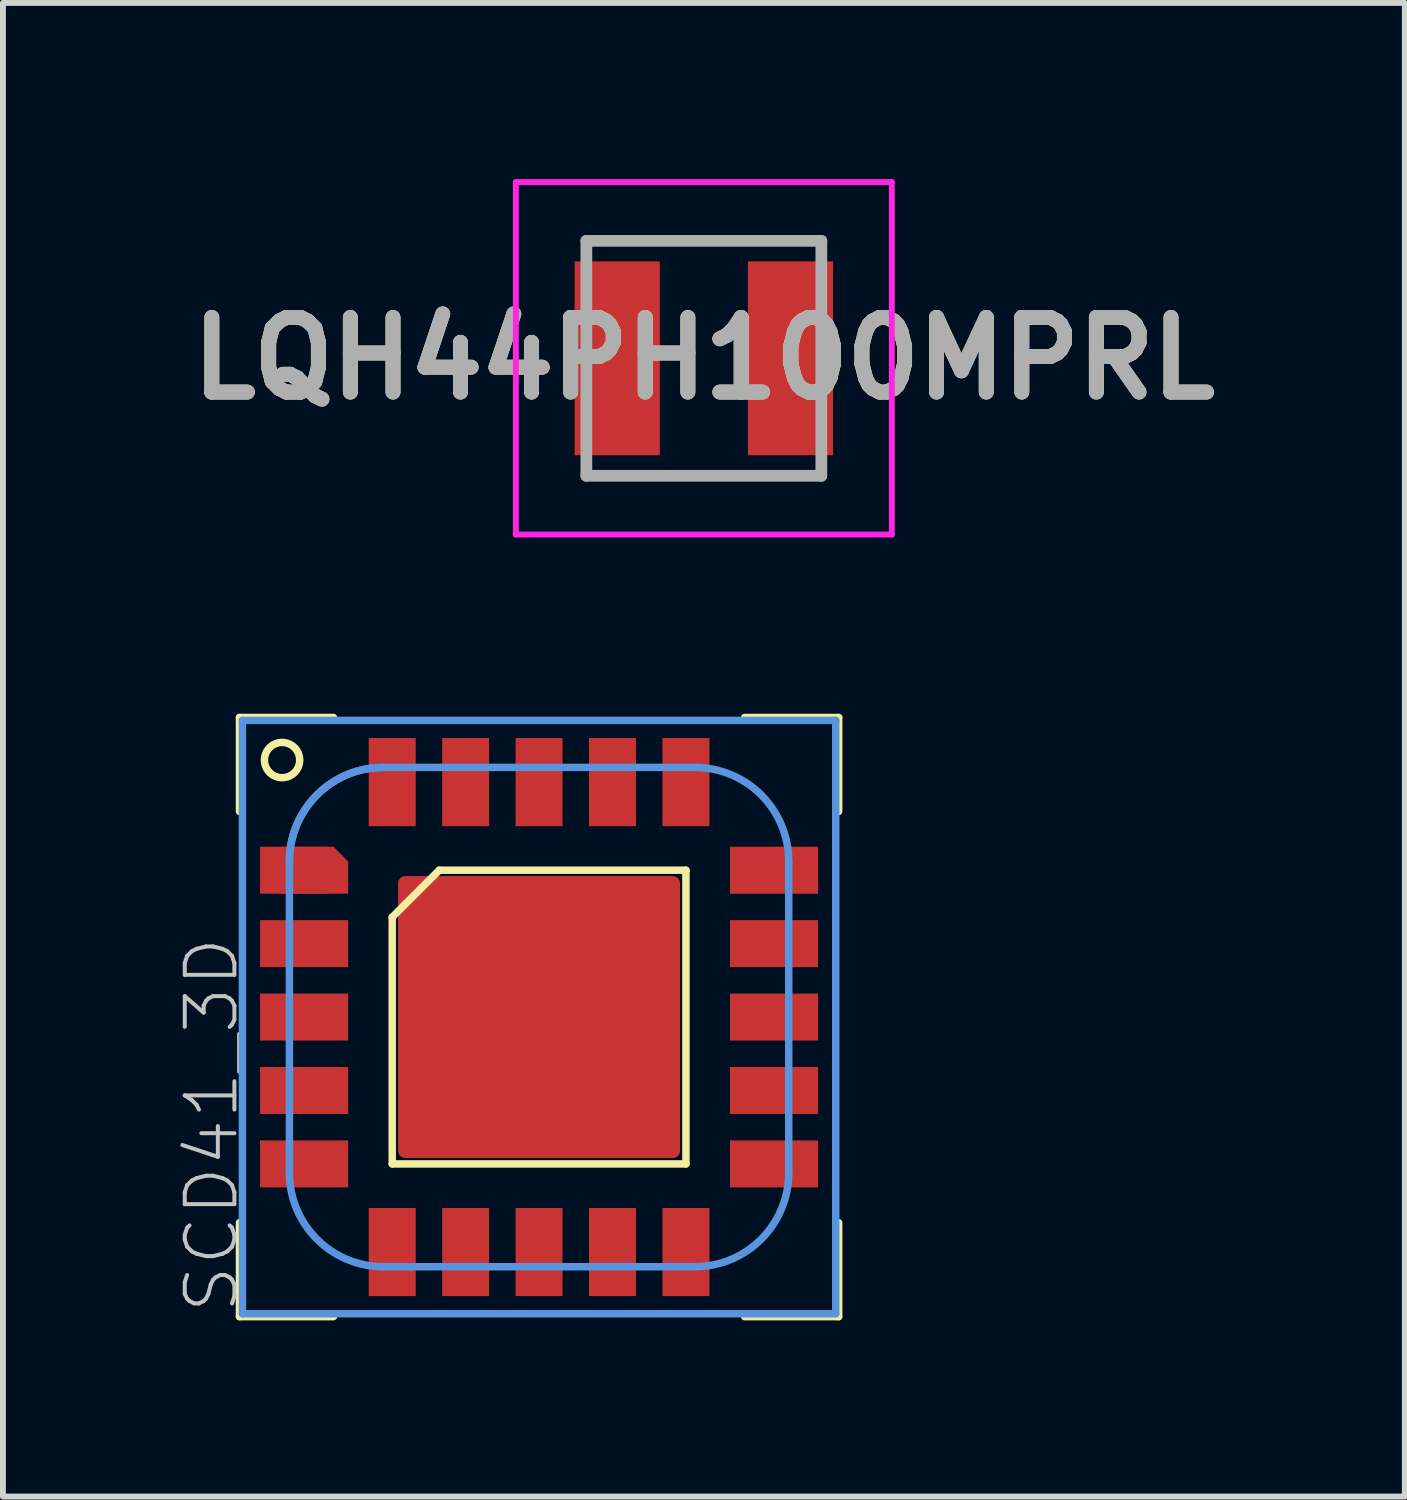
<source format=kicad_pcb>
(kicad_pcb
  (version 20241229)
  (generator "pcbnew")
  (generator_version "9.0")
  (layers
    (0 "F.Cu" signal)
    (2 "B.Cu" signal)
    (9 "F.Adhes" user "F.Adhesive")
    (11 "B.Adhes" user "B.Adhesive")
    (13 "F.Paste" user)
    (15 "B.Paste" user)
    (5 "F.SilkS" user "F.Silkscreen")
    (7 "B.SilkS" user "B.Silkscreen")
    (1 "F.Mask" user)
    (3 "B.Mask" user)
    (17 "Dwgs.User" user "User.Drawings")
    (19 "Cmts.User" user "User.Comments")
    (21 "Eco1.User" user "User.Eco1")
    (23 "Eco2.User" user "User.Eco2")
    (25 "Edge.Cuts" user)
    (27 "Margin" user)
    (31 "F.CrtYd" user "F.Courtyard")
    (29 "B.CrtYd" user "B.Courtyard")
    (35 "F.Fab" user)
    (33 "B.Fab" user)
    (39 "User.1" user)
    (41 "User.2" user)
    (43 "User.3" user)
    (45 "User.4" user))
  (footprint "SCD41_3D"
    (layer "F.Cu")
    (at 6.127 14.264)
    (property "Reference" "SCD41_3D" (at -5.08 5.08 270) (layer "Dwgs.User") (effects (font (size 0.845 0.845) (thickness 0.068)) (justify left bottom)))
    (attr through_hole)
    (fp_poly (pts (xy -4.75 -2.1) (xy -3.25 -2.1) (xy -3.25 -2.65) (xy -3.5 -2.9) (xy -4.75 -2.9)) (stroke (width 0) (type solid)) (fill yes) (layer "F.Cu"))
    (fp_poly (pts (xy -3.45 -3) (xy -3.15 -2.7) (xy -3.15 -2) (xy -4.85 -2) (xy -4.85 -3)) (stroke (width 0) (type solid)) (fill yes) (layer "F.Mask"))
    (fp_line (start -5.1 -5.1) (end -5.1 -3.5) (stroke (width 0.127) (type solid)) (layer "F.SilkS"))
    (fp_line (start -5.1 -5.1) (end -3.5 -5.1) (stroke (width 0.127) (type solid)) (layer "F.SilkS"))
    (fp_line (start -5.1 5.1) (end -5.1 3.5) (stroke (width 0.127) (type solid)) (layer "F.SilkS"))
    (fp_line (start -5.1 5.1) (end -3.5 5.1) (stroke (width 0.127) (type solid)) (layer "F.SilkS"))
    (fp_line (start -2.5 -1.7) (end -1.7 -2.5) (stroke (width 0.127) (type solid)) (layer "F.SilkS"))
    (fp_line (start -2.5 2.5) (end -2.5 -1.7) (stroke (width 0.127) (type solid)) (layer "F.SilkS"))
    (fp_line (start 2.5 -2.5) (end -1.7 -2.5) (stroke (width 0.127) (type solid)) (layer "F.SilkS"))
    (fp_line (start 2.5 -2.5) (end 2.5 2.5) (stroke (width 0.127) (type solid)) (layer "F.SilkS"))
    (fp_line (start 2.5 2.5) (end -2.5 2.5) (stroke (width 0.127) (type solid)) (layer "F.SilkS"))
    (fp_line (start 5.1 -5.1) (end 3.5 -5.1) (stroke (width 0.127) (type solid)) (layer "F.SilkS"))
    (fp_line (start 5.1 -5.1) (end 5.1 -3.5) (stroke (width 0.127) (type solid)) (layer "F.SilkS"))
    (fp_line (start 5.1 5.1) (end 3.5 5.1) (stroke (width 0.127) (type solid)) (layer "F.SilkS"))
    (fp_line (start 5.1 5.1) (end 5.1 3.5) (stroke (width 0.127) (type solid)) (layer "F.SilkS"))
    (fp_circle (center -4.375 -4.375) (end -4.075 -4.375) (stroke (width 0.127) (type solid)) (fill no) (layer "F.SilkS"))
    (fp_poly (pts (xy -4.75 -2.9) (xy -4.75 -2.1) (xy -3.25 -2.1) (xy -3.25 -2.65) (xy -3.5 -2.9)) (stroke (width 0) (type solid)) (fill yes) (layer "F.Paste"))
    (fp_line (start -5.05 5.05) (end -5.05 -5.05) (stroke (width 0.127) (type solid)) (layer "Cmts.User"))
    (fp_line (start -5.05 5.05) (end 5.05 5.05) (stroke (width 0.127) (type solid)) (layer "Cmts.User"))
    (fp_line (start -4.25 2.65) (end -4.25 -2.65) (stroke (width 0.127) (type solid)) (layer "Cmts.User"))
    (fp_line (start 2.65 -4.25) (end -2.65 -4.25) (stroke (width 0.127) (type solid)) (layer "Cmts.User"))
    (fp_line (start 2.65 4.25) (end -2.65 4.25) (stroke (width 0.127) (type solid)) (layer "Cmts.User"))
    (fp_line (start 4.25 2.65) (end 4.25 -2.65) (stroke (width 0.127) (type solid)) (layer "Cmts.User"))
    (fp_line (start 5.05 -5.05) (end -5.05 -5.05) (stroke (width 0.127) (type solid)) (layer "Cmts.User"))
    (fp_line (start 5.05 5.05) (end 5.05 -5.05) (stroke (width 0.127) (type solid)) (layer "Cmts.User"))
    (fp_arc (start -4.25 -2.65) (mid -3.781371 -3.781371) (end -2.65 -4.25) (stroke (width 0.127) (type solid)) (layer "Cmts.User"))
    (fp_arc (start -4.25 -2.65) (mid -3.781371 -3.781371) (end -2.65 -4.25) (stroke (width 0.127) (type solid)) (layer "Cmts.User"))
    (fp_arc (start -2.65 4.25) (mid -3.781371 3.781371) (end -4.25 2.65) (stroke (width 0.127) (type solid)) (layer "Cmts.User"))
    (fp_arc (start 2.65 -4.25) (mid 3.781371 -3.781371) (end 4.25 -2.65) (stroke (width 0.127) (type solid)) (layer "Cmts.User"))
    (fp_arc (start 4.25 2.65) (mid 3.781371 3.781371) (end 2.65 4.25) (stroke (width 0.127) (type solid)) (layer "Cmts.User"))
    (pad "1" smd rect (at -4 -2.5 90) (size 0.8 0.8) (layers "F.Cu" "F.Mask" "F.Paste"))
    (pad "2" smd rect (at -4 -1.25 90) (size 0.8 1.5) (layers "F.Cu" "F.Mask" "F.Paste"))
    (pad "3" smd rect (at -4 0 90) (size 0.8 1.5) (layers "F.Cu" "F.Mask" "F.Paste"))
    (pad "4" smd rect (at -4 1.25 90) (size 0.8 1.5) (layers "F.Cu" "F.Mask" "F.Paste"))
    (pad "5" smd rect (at -4 2.5 90) (size 0.8 1.5) (layers "F.Cu" "F.Mask" "F.Paste"))
    (pad "6" smd rect (at -2.5 4 180) (size 0.8 1.5) (layers "F.Cu" "F.Mask" "F.Paste"))
    (pad "7" smd rect (at -1.25 4 180) (size 0.8 1.5) (layers "F.Cu" "F.Mask" "F.Paste"))
    (pad "8" smd rect (at 0 4 180) (size 0.8 1.5) (layers "F.Cu" "F.Mask" "F.Paste"))
    (pad "9" smd rect (at 1.25 4 180) (size 0.8 1.5) (layers "F.Cu" "F.Mask" "F.Paste"))
    (pad "10" smd rect (at 2.5 4 180) (size 0.8 1.5) (layers "F.Cu" "F.Mask" "F.Paste"))
    (pad "11" smd rect (at 4 2.5 270) (size 0.8 1.5) (layers "F.Cu" "F.Mask" "F.Paste"))
    (pad "12" smd rect (at 4 1.25 270) (size 0.8 1.5) (layers "F.Cu" "F.Mask" "F.Paste"))
    (pad "13" smd rect (at 4 0 270) (size 0.8 1.5) (layers "F.Cu" "F.Mask" "F.Paste"))
    (pad "14" smd rect (at 4 -1.25 270) (size 0.8 1.5) (layers "F.Cu" "F.Mask" "F.Paste"))
    (pad "15" smd rect (at 4 -2.5 270) (size 0.8 1.5) (layers "F.Cu" "F.Mask" "F.Paste"))
    (pad "16" smd rect (at 2.5 -4) (size 0.8 1.5) (layers "F.Cu" "F.Mask" "F.Paste"))
    (pad "17" smd rect (at 1.25 -4) (size 0.8 1.5) (layers "F.Cu" "F.Mask" "F.Paste"))
    (pad "18" smd rect (at 0 -4) (size 0.8 1.5) (layers "F.Cu" "F.Mask" "F.Paste"))
    (pad "19" smd rect (at -1.25 -4) (size 0.8 1.5) (layers "F.Cu" "F.Mask" "F.Paste"))
    (pad "20" smd rect (at -2.5 -4) (size 0.8 1.5) (layers "F.Cu" "F.Mask" "F.Paste"))
    (pad "21" smd roundrect (at 0 0) (size 4.8 4.8) (layers "F.Cu" "F.Mask" "F.Paste") (roundrect_rratio 0.025)))
  (footprint "LQH44PH100MPRL"
    (layer "F.Cu")
    (at 8.932 3.05)
    (property "Reference" "LQH44PH100MPRL" (at 0 0 0) (layer "F.SilkS") (effects (font (size 1.27 1.27) (thickness 0.254))))
    (attr smd)
    (fp_line (start -2 -2) (end 2 -2) (stroke (width 0.1) (type solid)) (layer "F.SilkS"))
    (fp_line (start -2 2) (end 2 2) (stroke (width 0.1) (type solid)) (layer "F.SilkS"))
    (fp_line (start -3.2 -3) (end 3.2 -3) (stroke (width 0.1) (type solid)) (layer "F.CrtYd"))
    (fp_line (start -3.2 3) (end -3.2 -3) (stroke (width 0.1) (type solid)) (layer "F.CrtYd"))
    (fp_line (start 3.2 -3) (end 3.2 3) (stroke (width 0.1) (type solid)) (layer "F.CrtYd"))
    (fp_line (start 3.2 3) (end -3.2 3) (stroke (width 0.1) (type solid)) (layer "F.CrtYd"))
    (fp_line (start -2 -2) (end 2 -2) (stroke (width 0.2) (type solid)) (layer "F.Fab"))
    (fp_line (start -2 2) (end -2 -2) (stroke (width 0.2) (type solid)) (layer "F.Fab"))
    (fp_line (start 2 -2) (end 2 2) (stroke (width 0.2) (type solid)) (layer "F.Fab"))
    (fp_line (start 2 2) (end -2 2) (stroke (width 0.2) (type solid)) (layer "F.Fab"))
    (fp_text user "${REFERENCE}" (at 0 0 0) (layer "F.Fab") (effects (font (size 1.27 1.27) (thickness 0.254))))
    (pad "1" smd rect (at -1.475 0) (size 1.45 3.3) (layers "F.Cu" "F.Mask" "F.Paste"))
    (pad "2" smd rect (at 1.475 0) (size 1.45 3.3) (layers "F.Cu" "F.Mask" "F.Paste")))
  (gr_rect
    (start -3 -3)
    (end 20.865 22.427)
    (stroke (width 0.1) (type default))
    (fill no)
    (layer "Edge.Cuts")))
</source>
